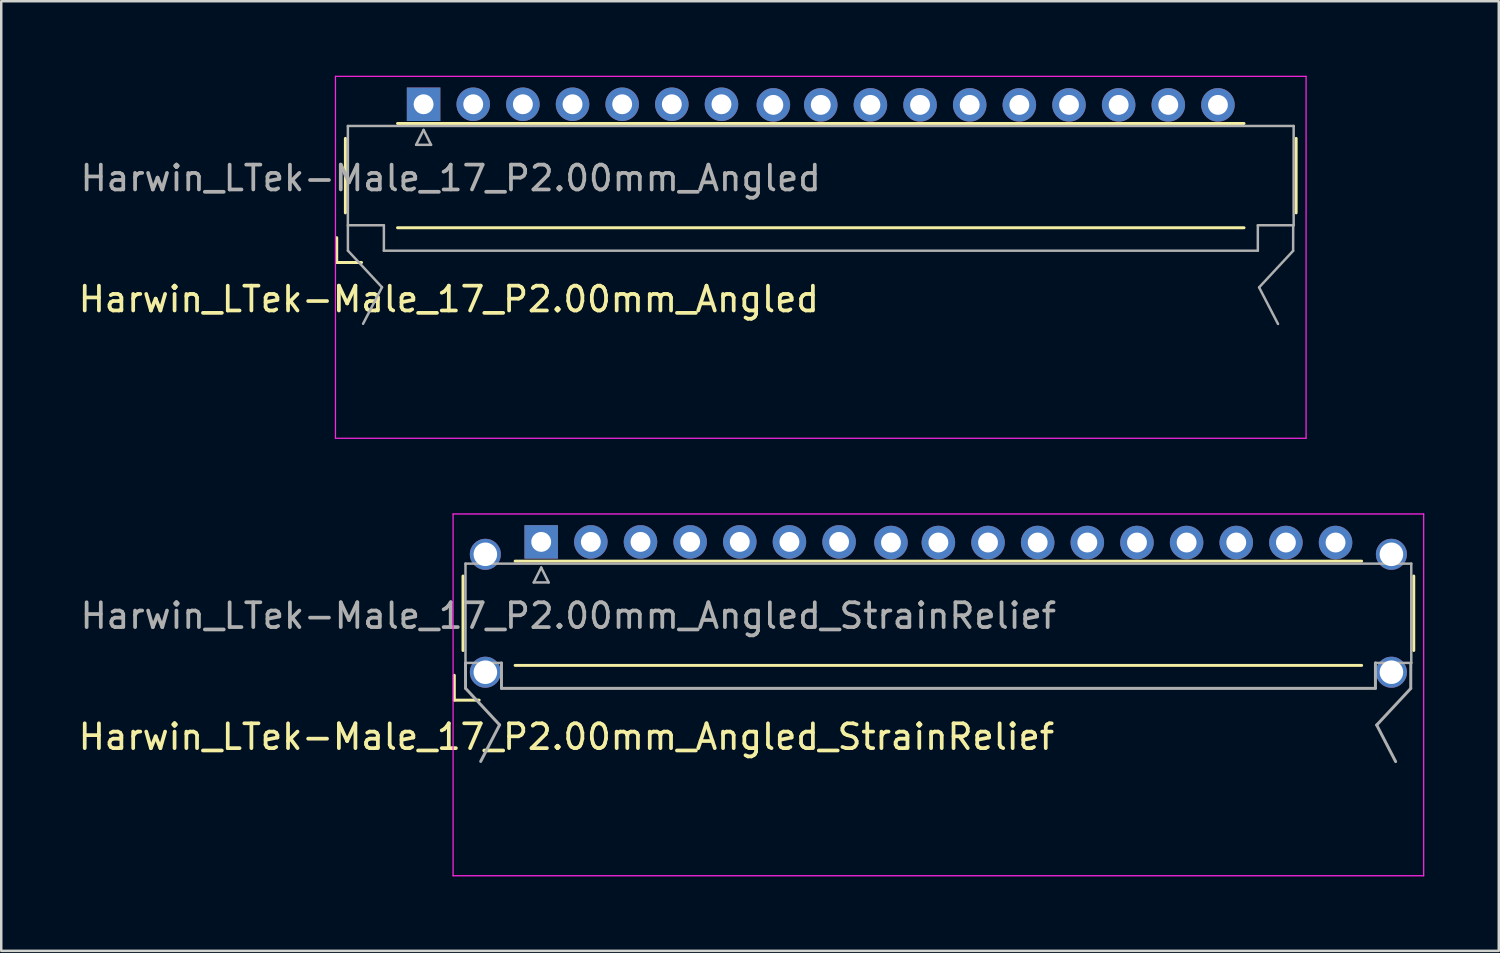
<source format=kicad_pcb>
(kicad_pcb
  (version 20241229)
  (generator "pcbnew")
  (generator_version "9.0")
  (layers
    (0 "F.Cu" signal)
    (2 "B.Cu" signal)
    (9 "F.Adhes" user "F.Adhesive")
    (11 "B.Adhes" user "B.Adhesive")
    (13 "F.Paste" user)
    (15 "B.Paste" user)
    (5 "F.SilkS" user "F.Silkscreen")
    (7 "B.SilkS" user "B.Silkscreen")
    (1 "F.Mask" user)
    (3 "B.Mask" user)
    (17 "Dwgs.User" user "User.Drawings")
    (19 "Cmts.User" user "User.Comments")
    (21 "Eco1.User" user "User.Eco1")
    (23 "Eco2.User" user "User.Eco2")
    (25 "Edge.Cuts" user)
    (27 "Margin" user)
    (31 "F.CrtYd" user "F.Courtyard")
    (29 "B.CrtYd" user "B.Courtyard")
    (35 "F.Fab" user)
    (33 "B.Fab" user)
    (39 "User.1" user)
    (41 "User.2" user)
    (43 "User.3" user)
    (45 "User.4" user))
  (footprint "Harwin_LTek-Male_17_P2.00mm_Angled_StrainRelief"
    (layer "F.Cu")
    (at 18.752 21.655)
    (property "Reference" "Harwin_LTek-Male_17_P2.00mm_Angled_StrainRelief" (at 1.016 4.978 180) (layer "F.SilkS") (effects (font (size 1 1) (thickness 0.15))))
    (attr through_hole)
    (fp_line (start -3.5 2.5) (end -3.5 3.5) (stroke (width 0.12) (type solid)) (layer "F.SilkS"))
    (fp_line (start -3.5 3.5) (end -2.5 3.5) (stroke (width 0.12) (type solid)) (layer "F.SilkS"))
    (fp_line (start -3.15 -1.5) (end -3.15 1.5) (stroke (width 0.12) (type solid)) (layer "F.SilkS"))
    (fp_line (start -1.05 -2.1) (end 33.05 -2.1) (stroke (width 0.12) (type solid)) (layer "F.SilkS"))
    (fp_line (start -1.05 2.1) (end 33.05 2.1) (stroke (width 0.12) (type solid)) (layer "F.SilkS"))
    (fp_line (start 35.15 -1.5) (end 35.15 1.5) (stroke (width 0.12) (type solid)) (layer "F.SilkS"))
    (fp_line (start -3.55 -4) (end -3.55 10.575) (stroke (width 0.05) (type solid)) (layer "F.CrtYd"))
    (fp_line (start -3.55 10.575) (end 35.55 10.575) (stroke (width 0.05) (type solid)) (layer "F.CrtYd"))
    (fp_line (start 35.55 -4) (end -3.55 -4) (stroke (width 0.05) (type solid)) (layer "F.CrtYd"))
    (fp_line (start 35.55 10.575) (end 35.55 -4) (stroke (width 0.05) (type solid)) (layer "F.CrtYd"))
    (fp_line (start -3.05 -2) (end -3.05 2) (stroke (width 0.1) (type solid)) (layer "F.Fab"))
    (fp_line (start -3.048 3.023) (end -3.05 2) (stroke (width 0.12) (type solid)) (layer "F.Fab"))
    (fp_line (start -3.043 2) (end -1.6 2) (stroke (width 0.1) (type solid)) (layer "F.Fab"))
    (fp_line (start -1.676 4.496) (end -3.048 3.023) (stroke (width 0.12) (type solid)) (layer "F.Fab"))
    (fp_line (start -1.676 4.496) (end -2.438 5.969) (stroke (width 0.12) (type solid)) (layer "F.Fab"))
    (fp_line (start -1.6 2) (end -1.6 3.023) (stroke (width 0.12) (type solid)) (layer "F.Fab"))
    (fp_line (start -1.6 3.025) (end 33.607 3.025) (stroke (width 0.12) (type solid)) (layer "F.Fab"))
    (fp_line (start -0.3 -1.241) (end 0.3 -1.241) (stroke (width 0.1) (type solid)) (layer "F.Fab"))
    (fp_line (start 0 -1.841) (end -0.3 -1.241) (stroke (width 0.1) (type solid)) (layer "F.Fab"))
    (fp_line (start 0.3 -1.241) (end 0 -1.841) (stroke (width 0.1) (type solid)) (layer "F.Fab"))
    (fp_line (start 33.607 2) (end 35.05 2) (stroke (width 0.1) (type solid)) (layer "F.Fab"))
    (fp_line (start 33.607 3.023) (end 33.607 2) (stroke (width 0.12) (type solid)) (layer "F.Fab"))
    (fp_line (start 33.658 4.502) (end 34.42 5.975) (stroke (width 0.12) (type solid)) (layer "F.Fab"))
    (fp_line (start 33.658 4.502) (end 35.029 3.029) (stroke (width 0.12) (type solid)) (layer "F.Fab"))
    (fp_line (start 35.029 3.029) (end 35.031 2.006) (stroke (width 0.12) (type solid)) (layer "F.Fab"))
    (fp_line (start 35.05 -2) (end -3.05 -2) (stroke (width 0.1) (type solid)) (layer "F.Fab"))
    (fp_line (start 35.05 2) (end 35.05 -2) (stroke (width 0.1) (type solid)) (layer "F.Fab"))
    (fp_text user "${REFERENCE}" (at 1.092 0.102 0) (layer "F.Fab") (effects (font (size 1 1) (thickness 0.15))))
    (pad "" thru_hole circle (at -2.25 -2.375) (size 1.25 1.25) (drill 0.95) (layers "*.Cu" "*.Mask"))
    (pad "" thru_hole circle (at -2.25 2.375) (size 1.25 1.25) (drill 0.95) (layers "*.Cu" "*.Mask"))
    (pad "" thru_hole circle (at 34.25 -2.375) (size 1.25 1.25) (drill 0.95) (layers "*.Cu" "*.Mask"))
    (pad "" thru_hole circle (at 34.25 2.375) (size 1.25 1.25) (drill 0.95) (layers "*.Cu" "*.Mask"))
    (pad "1" thru_hole rect (at 0 -2.875) (size 1.35 1.35) (drill 0.8) (layers "*.Cu" "*.Mask"))
    (pad "2" thru_hole circle (at 2 -2.875) (size 1.35 1.35) (drill 0.8) (layers "*.Cu" "*.Mask"))
    (pad "3" thru_hole circle (at 4 -2.875) (size 1.35 1.35) (drill 0.8) (layers "*.Cu" "*.Mask"))
    (pad "4" thru_hole circle (at 6 -2.875) (size 1.35 1.35) (drill 0.8) (layers "*.Cu" "*.Mask"))
    (pad "5" thru_hole circle (at 8 -2.875) (size 1.35 1.35) (drill 0.8) (layers "*.Cu" "*.Mask"))
    (pad "6" thru_hole circle (at 10 -2.875) (size 1.35 1.35) (drill 0.8) (layers "*.Cu" "*.Mask"))
    (pad "7" thru_hole circle (at 12 -2.875) (size 1.35 1.35) (drill 0.8) (layers "*.Cu" "*.Mask"))
    (pad "8" thru_hole circle (at 14.09 -2.85) (size 1.35 1.35) (drill 0.8) (layers "*.Cu" "*.Mask"))
    (pad "9" thru_hole circle (at 16 -2.85) (size 1.35 1.35) (drill 0.8) (layers "*.Cu" "*.Mask"))
    (pad "10" thru_hole circle (at 18 -2.85) (size 1.35 1.35) (drill 0.8) (layers "*.Cu" "*.Mask"))
    (pad "11" thru_hole circle (at 20 -2.85) (size 1.35 1.35) (drill 0.8) (layers "*.Cu" "*.Mask"))
    (pad "12" thru_hole circle (at 22 -2.85) (size 1.35 1.35) (drill 0.8) (layers "*.Cu" "*.Mask"))
    (pad "13" thru_hole circle (at 24 -2.85) (size 1.35 1.35) (drill 0.8) (layers "*.Cu" "*.Mask"))
    (pad "14" thru_hole circle (at 26 -2.85) (size 1.35 1.35) (drill 0.8) (layers "*.Cu" "*.Mask"))
    (pad "15" thru_hole circle (at 28 -2.85) (size 1.35 1.35) (drill 0.8) (layers "*.Cu" "*.Mask"))
    (pad "16" thru_hole circle (at 30 -2.85) (size 1.35 1.35) (drill 0.8) (layers "*.Cu" "*.Mask"))
    (pad "17" thru_hole circle (at 32 -2.85) (size 1.35 1.35) (drill 0.8) (layers "*.Cu" "*.Mask")))
  (footprint "Harwin_LTek-Male_17_P2.00mm_Angled"
    (layer "F.Cu")
    (at 14.014 4.025)
    (property "Reference" "Harwin_LTek-Male_17_P2.00mm_Angled" (at 1.016 4.978 180) (layer "F.SilkS") (effects (font (size 1 1) (thickness 0.15))))
    (attr through_hole)
    (fp_line (start -3.5 2.5) (end -3.5 3.5) (stroke (width 0.12) (type solid)) (layer "F.SilkS"))
    (fp_line (start -3.5 3.5) (end -2.5 3.5) (stroke (width 0.12) (type solid)) (layer "F.SilkS"))
    (fp_line (start -3.15 -1.5) (end -3.15 1.5) (stroke (width 0.12) (type solid)) (layer "F.SilkS"))
    (fp_line (start -1.05 -2.1) (end 33.05 -2.1) (stroke (width 0.12) (type solid)) (layer "F.SilkS"))
    (fp_line (start -1.05 2.1) (end 33.05 2.1) (stroke (width 0.12) (type solid)) (layer "F.SilkS"))
    (fp_line (start 35.15 -1.5) (end 35.15 1.5) (stroke (width 0.12) (type solid)) (layer "F.SilkS"))
    (fp_line (start -3.55 -4) (end -3.55 10.58) (stroke (width 0.05) (type solid)) (layer "F.CrtYd"))
    (fp_line (start -3.55 10.58) (end 35.55 10.58) (stroke (width 0.05) (type solid)) (layer "F.CrtYd"))
    (fp_line (start 35.55 -4) (end -3.55 -4) (stroke (width 0.05) (type solid)) (layer "F.CrtYd"))
    (fp_line (start 35.55 10.58) (end 35.55 -4) (stroke (width 0.05) (type solid)) (layer "F.CrtYd"))
    (fp_line (start -3.05 -2) (end -3.05 2) (stroke (width 0.1) (type solid)) (layer "F.Fab"))
    (fp_line (start -3.048 3.023) (end -3.05 2) (stroke (width 0.1) (type solid)) (layer "F.Fab"))
    (fp_line (start -3.043 2) (end -1.6 2) (stroke (width 0.1) (type solid)) (layer "F.Fab"))
    (fp_line (start -1.676 4.496) (end -3.048 3.023) (stroke (width 0.1) (type solid)) (layer "F.Fab"))
    (fp_line (start -1.676 4.496) (end -2.438 5.969) (stroke (width 0.1) (type solid)) (layer "F.Fab"))
    (fp_line (start -1.6 2) (end -1.6 3.023) (stroke (width 0.1) (type solid)) (layer "F.Fab"))
    (fp_line (start -1.6 3.025) (end 33.607 3.025) (stroke (width 0.1) (type solid)) (layer "F.Fab"))
    (fp_line (start -0.3 -1.241) (end 0.3 -1.241) (stroke (width 0.1) (type solid)) (layer "F.Fab"))
    (fp_line (start 0 -1.841) (end -0.3 -1.241) (stroke (width 0.1) (type solid)) (layer "F.Fab"))
    (fp_line (start 0.3 -1.241) (end 0 -1.841) (stroke (width 0.1) (type solid)) (layer "F.Fab"))
    (fp_line (start 33.607 2) (end 35.05 2) (stroke (width 0.1) (type solid)) (layer "F.Fab"))
    (fp_line (start 33.607 3.023) (end 33.607 2) (stroke (width 0.1) (type solid)) (layer "F.Fab"))
    (fp_line (start 33.658 4.502) (end 34.42 5.975) (stroke (width 0.1) (type solid)) (layer "F.Fab"))
    (fp_line (start 33.658 4.502) (end 35.029 3.029) (stroke (width 0.1) (type solid)) (layer "F.Fab"))
    (fp_line (start 35.029 3.029) (end 35.031 2.006) (stroke (width 0.1) (type solid)) (layer "F.Fab"))
    (fp_line (start 35.05 -2) (end -3.05 -2) (stroke (width 0.1) (type solid)) (layer "F.Fab"))
    (fp_line (start 35.05 2) (end 35.05 -2) (stroke (width 0.1) (type solid)) (layer "F.Fab"))
    (fp_text user "${REFERENCE}" (at 1.092 0.102 0) (layer "F.Fab") (effects (font (size 1 1) (thickness 0.15))))
    (pad "1" thru_hole rect (at 0 -2.875) (size 1.35 1.35) (drill 0.8) (layers "*.Cu" "*.Mask"))
    (pad "2" thru_hole circle (at 2 -2.875) (size 1.35 1.35) (drill 0.8) (layers "*.Cu" "*.Mask"))
    (pad "3" thru_hole circle (at 4 -2.875) (size 1.35 1.35) (drill 0.8) (layers "*.Cu" "*.Mask"))
    (pad "4" thru_hole circle (at 6 -2.875) (size 1.35 1.35) (drill 0.8) (layers "*.Cu" "*.Mask"))
    (pad "5" thru_hole circle (at 8 -2.875) (size 1.35 1.35) (drill 0.8) (layers "*.Cu" "*.Mask"))
    (pad "6" thru_hole circle (at 10 -2.875) (size 1.35 1.35) (drill 0.8) (layers "*.Cu" "*.Mask"))
    (pad "7" thru_hole circle (at 12 -2.875) (size 1.35 1.35) (drill 0.8) (layers "*.Cu" "*.Mask"))
    (pad "8" thru_hole circle (at 14.09 -2.85) (size 1.35 1.35) (drill 0.8) (layers "*.Cu" "*.Mask"))
    (pad "9" thru_hole circle (at 16 -2.85) (size 1.35 1.35) (drill 0.8) (layers "*.Cu" "*.Mask"))
    (pad "10" thru_hole circle (at 18 -2.85) (size 1.35 1.35) (drill 0.8) (layers "*.Cu" "*.Mask"))
    (pad "11" thru_hole circle (at 20 -2.85) (size 1.35 1.35) (drill 0.8) (layers "*.Cu" "*.Mask"))
    (pad "12" thru_hole circle (at 22 -2.85) (size 1.35 1.35) (drill 0.8) (layers "*.Cu" "*.Mask"))
    (pad "13" thru_hole circle (at 24 -2.85) (size 1.35 1.35) (drill 0.8) (layers "*.Cu" "*.Mask"))
    (pad "14" thru_hole circle (at 26 -2.85) (size 1.35 1.35) (drill 0.8) (layers "*.Cu" "*.Mask"))
    (pad "15" thru_hole circle (at 28 -2.85) (size 1.35 1.35) (drill 0.8) (layers "*.Cu" "*.Mask"))
    (pad "16" thru_hole circle (at 30 -2.85) (size 1.35 1.35) (drill 0.8) (layers "*.Cu" "*.Mask"))
    (pad "17" thru_hole circle (at 32 -2.85) (size 1.35 1.35) (drill 0.8) (layers "*.Cu" "*.Mask")))
  (gr_rect
    (start -3 -3)
    (end 57.327 35.255)
    (stroke (width 0.1) (type default))
    (fill no)
    (layer "Edge.Cuts")))
</source>
